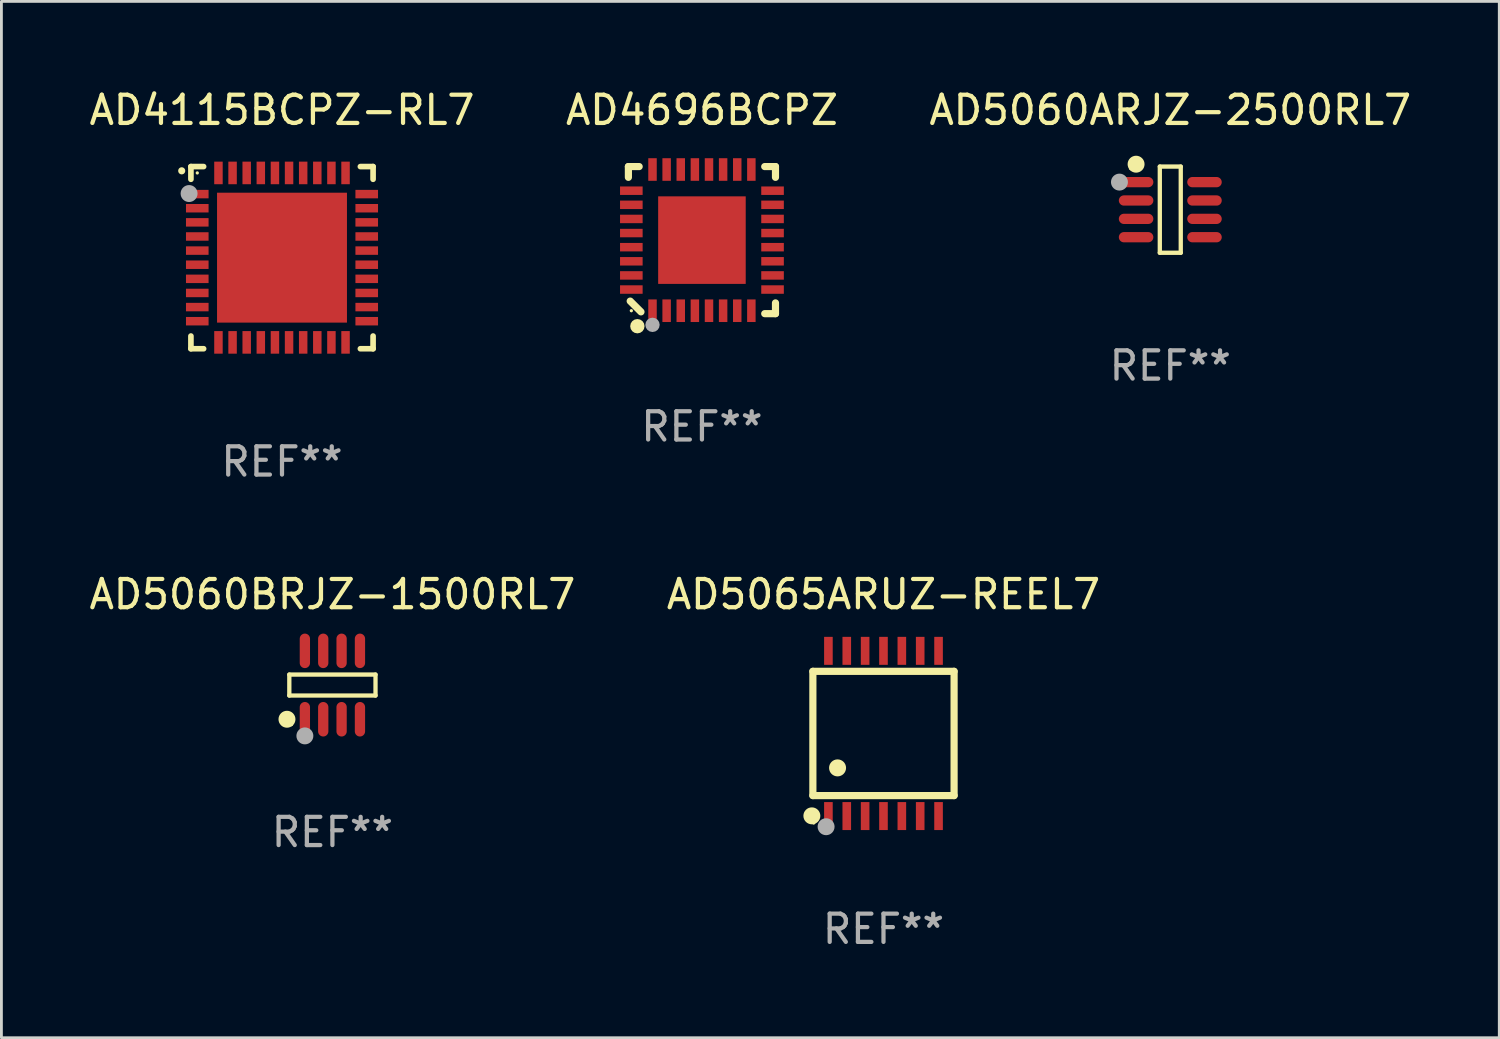
<source format=kicad_pcb>
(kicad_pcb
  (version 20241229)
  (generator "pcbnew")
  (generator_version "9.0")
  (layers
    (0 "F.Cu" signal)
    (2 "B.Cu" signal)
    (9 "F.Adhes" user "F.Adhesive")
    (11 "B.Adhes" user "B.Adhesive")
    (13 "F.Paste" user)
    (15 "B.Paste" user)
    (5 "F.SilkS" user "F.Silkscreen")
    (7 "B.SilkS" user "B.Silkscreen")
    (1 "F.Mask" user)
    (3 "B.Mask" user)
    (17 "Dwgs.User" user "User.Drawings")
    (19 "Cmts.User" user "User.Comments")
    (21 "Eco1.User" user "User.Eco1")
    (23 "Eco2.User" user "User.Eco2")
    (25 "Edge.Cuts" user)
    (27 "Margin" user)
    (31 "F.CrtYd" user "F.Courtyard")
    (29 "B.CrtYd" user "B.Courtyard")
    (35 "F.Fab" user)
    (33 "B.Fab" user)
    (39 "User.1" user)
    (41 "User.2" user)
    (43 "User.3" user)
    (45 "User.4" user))
  (footprint "AD4115BCPZ-RL7"
    (layer "F.Cu")
    (at 6.935 6.073)
    (property "Reference" "AD4115BCPZ-RL7" (at 0 -5.225 0) (layer "F.SilkS") (effects (font (size 1 1) (thickness 0.15))))
    (attr through_hole)
    (fp_line (start -3.225 -3.225) (end -2.775 -3.225) (stroke (width 0.2) (type solid)) (layer "F.SilkS"))
    (fp_line (start -3.225 -2.775) (end -3.225 -3.225) (stroke (width 0.2) (type solid)) (layer "F.SilkS"))
    (fp_line (start -3.225 2.775) (end -3.225 3.225) (stroke (width 0.2) (type solid)) (layer "F.SilkS"))
    (fp_line (start -3.225 3.225) (end -2.775 3.225) (stroke (width 0.2) (type solid)) (layer "F.SilkS"))
    (fp_line (start 2.775 -3.225) (end 3.225 -3.225) (stroke (width 0.2) (type solid)) (layer "F.SilkS"))
    (fp_line (start 2.775 3.225) (end 3.225 3.225) (stroke (width 0.2) (type solid)) (layer "F.SilkS"))
    (fp_line (start 3.225 -3.225) (end 3.225 -2.775) (stroke (width 0.2) (type solid)) (layer "F.SilkS"))
    (fp_line (start 3.225 3.225) (end 3.225 2.775) (stroke (width 0.2) (type solid)) (layer "F.SilkS"))
    (fp_arc (start -3.55094 -3.073406) (mid -3.550946 -3.074676) (end -3.55094 -3.075946) (stroke (width 0.25) (type solid)) (layer "F.SilkS"))
    (fp_circle (center -3 -3) (end -2.97 -3) (stroke (width 0.06) (type solid)) (fill no) (layer "F.SilkS"))
    (fp_circle (center -3.29 -2.27) (end -3.14 -2.27) (stroke (width 0.3) (type solid)) (fill no) (layer "F.Fab"))
    (fp_text user "REF**" (at 0 7.225 0) (layer "F.Fab") (effects (font (size 1 1) (thickness 0.15))))
    (pad "1" smd rect (at -3 -2.25) (size 0.8 0.3) (layers "F.Cu" "F.Mask" "F.Paste"))
    (pad "2" smd rect (at -3 -1.75) (size 0.8 0.3) (layers "F.Cu" "F.Mask" "F.Paste"))
    (pad "3" smd rect (at -3 -1.25) (size 0.8 0.3) (layers "F.Cu" "F.Mask" "F.Paste"))
    (pad "4" smd rect (at -3 -0.75) (size 0.8 0.3) (layers "F.Cu" "F.Mask" "F.Paste"))
    (pad "5" smd rect (at -3 -0.25) (size 0.8 0.3) (layers "F.Cu" "F.Mask" "F.Paste"))
    (pad "6" smd rect (at -3 0.25) (size 0.8 0.3) (layers "F.Cu" "F.Mask" "F.Paste"))
    (pad "7" smd rect (at -3 0.75) (size 0.8 0.3) (layers "F.Cu" "F.Mask" "F.Paste"))
    (pad "8" smd rect (at -3 1.25) (size 0.8 0.3) (layers "F.Cu" "F.Mask" "F.Paste"))
    (pad "9" smd rect (at -3 1.75) (size 0.8 0.3) (layers "F.Cu" "F.Mask" "F.Paste"))
    (pad "10" smd rect (at -3 2.25) (size 0.8 0.3) (layers "F.Cu" "F.Mask" "F.Paste"))
    (pad "11" smd rect (at -2.25 3) (size 0.3 0.8) (layers "F.Cu" "F.Mask" "F.Paste"))
    (pad "12" smd rect (at -1.75 3) (size 0.3 0.8) (layers "F.Cu" "F.Mask" "F.Paste"))
    (pad "13" smd rect (at -1.25 3) (size 0.3 0.8) (layers "F.Cu" "F.Mask" "F.Paste"))
    (pad "14" smd rect (at -0.75 3) (size 0.3 0.8) (layers "F.Cu" "F.Mask" "F.Paste"))
    (pad "15" smd rect (at -0.25 3) (size 0.3 0.8) (layers "F.Cu" "F.Mask" "F.Paste"))
    (pad "16" smd rect (at 0.25 3) (size 0.3 0.8) (layers "F.Cu" "F.Mask" "F.Paste"))
    (pad "17" smd rect (at 0.75 3) (size 0.3 0.8) (layers "F.Cu" "F.Mask" "F.Paste"))
    (pad "18" smd rect (at 1.25 3) (size 0.3 0.8) (layers "F.Cu" "F.Mask" "F.Paste"))
    (pad "19" smd rect (at 1.75 3) (size 0.3 0.8) (layers "F.Cu" "F.Mask" "F.Paste"))
    (pad "20" smd rect (at 2.25 3) (size 0.3 0.8) (layers "F.Cu" "F.Mask" "F.Paste"))
    (pad "21" smd rect (at 3 2.25) (size 0.8 0.3) (layers "F.Cu" "F.Mask" "F.Paste"))
    (pad "22" smd rect (at 3 1.75) (size 0.8 0.3) (layers "F.Cu" "F.Mask" "F.Paste"))
    (pad "23" smd rect (at 3 1.25) (size 0.8 0.3) (layers "F.Cu" "F.Mask" "F.Paste"))
    (pad "24" smd rect (at 3 0.75) (size 0.8 0.3) (layers "F.Cu" "F.Mask" "F.Paste"))
    (pad "25" smd rect (at 3 0.25) (size 0.8 0.3) (layers "F.Cu" "F.Mask" "F.Paste"))
    (pad "26" smd rect (at 3 -0.25) (size 0.8 0.3) (layers "F.Cu" "F.Mask" "F.Paste"))
    (pad "27" smd rect (at 3 -0.75) (size 0.8 0.3) (layers "F.Cu" "F.Mask" "F.Paste"))
    (pad "28" smd rect (at 3 -1.25) (size 0.8 0.3) (layers "F.Cu" "F.Mask" "F.Paste"))
    (pad "29" smd rect (at 3 -1.75) (size 0.8 0.3) (layers "F.Cu" "F.Mask" "F.Paste"))
    (pad "30" smd rect (at 3 -2.25) (size 0.8 0.3) (layers "F.Cu" "F.Mask" "F.Paste"))
    (pad "31" smd rect (at 2.25 -3) (size 0.3 0.8) (layers "F.Cu" "F.Mask" "F.Paste"))
    (pad "32" smd rect (at 1.75 -3) (size 0.3 0.8) (layers "F.Cu" "F.Mask" "F.Paste"))
    (pad "33" smd rect (at 1.25 -3) (size 0.3 0.8) (layers "F.Cu" "F.Mask" "F.Paste"))
    (pad "34" smd rect (at 0.75 -3) (size 0.3 0.8) (layers "F.Cu" "F.Mask" "F.Paste"))
    (pad "35" smd rect (at 0.25 -3) (size 0.3 0.8) (layers "F.Cu" "F.Mask" "F.Paste"))
    (pad "36" smd rect (at -0.25 -3) (size 0.3 0.8) (layers "F.Cu" "F.Mask" "F.Paste"))
    (pad "37" smd rect (at -0.75 -3) (size 0.3 0.8) (layers "F.Cu" "F.Mask" "F.Paste"))
    (pad "38" smd rect (at -1.25 -3) (size 0.3 0.8) (layers "F.Cu" "F.Mask" "F.Paste"))
    (pad "39" smd rect (at -1.75 -3) (size 0.3 0.8) (layers "F.Cu" "F.Mask" "F.Paste"))
    (pad "40" smd rect (at -2.25 -3) (size 0.3 0.8) (layers "F.Cu" "F.Mask" "F.Paste"))
    (pad "41" smd rect (at -0.000013 0) (size 4.6 4.6) (layers "F.Cu" "F.Mask" "F.Paste")))
  (footprint "AD5065ARUZ-REEL7"
    (layer "F.Cu")
    (at 28.232 22.92)
    (property "Reference" "AD5065ARUZ-REEL7" (at 0 -4.925 0) (layer "F.SilkS") (effects (font (size 1 1) (thickness 0.15))))
    (attr through_hole)
    (fp_line (start -2.5 2.2) (end -2.5 -2.2) (stroke (width 0.254) (type solid)) (layer "F.SilkS"))
    (fp_line (start -2.5 2.2) (end 2.5 2.2) (stroke (width 0.254) (type solid)) (layer "F.SilkS"))
    (fp_line (start 2.5 -2.2) (end -2.5 -2.2) (stroke (width 0.254) (type solid)) (layer "F.SilkS"))
    (fp_line (start 2.5 -2.2) (end 2.5 2.2) (stroke (width 0.254) (type solid)) (layer "F.SilkS"))
    (fp_circle (center -2.536 2.917) (end -2.386 2.917) (stroke (width 0.3) (type solid)) (fill no) (layer "F.SilkS"))
    (fp_circle (center -2.47 3.17) (end -2.44 3.17) (stroke (width 0.06) (type solid)) (fill no) (layer "F.SilkS"))
    (fp_circle (center -1.626 1.219) (end -1.475 1.219) (stroke (width 0.3) (type solid)) (fill no) (layer "F.SilkS"))
    (fp_circle (center -2.032 3.302) (end -1.882 3.302) (stroke (width 0.3) (type solid)) (fill no) (layer "F.Fab"))
    (fp_text user "REF**" (at 0 6.925 0) (layer "F.Fab") (effects (font (size 1 1) (thickness 0.15))))
    (pad "1" smd rect (at -1.95 2.925) (size 0.305 0.991) (layers "F.Cu" "F.Mask" "F.Paste"))
    (pad "2" smd rect (at -1.3 2.925) (size 0.305 0.991) (layers "F.Cu" "F.Mask" "F.Paste"))
    (pad "3" smd rect (at -0.65 2.925) (size 0.305 0.991) (layers "F.Cu" "F.Mask" "F.Paste"))
    (pad "4" smd rect (at 0 2.925) (size 0.305 0.991) (layers "F.Cu" "F.Mask" "F.Paste"))
    (pad "5" smd rect (at 0.65 2.925) (size 0.305 0.991) (layers "F.Cu" "F.Mask" "F.Paste"))
    (pad "6" smd rect (at 1.3 2.925) (size 0.305 0.991) (layers "F.Cu" "F.Mask" "F.Paste"))
    (pad "7" smd rect (at 1.95 2.925) (size 0.305 0.991) (layers "F.Cu" "F.Mask" "F.Paste"))
    (pad "8" smd rect (at 1.95 -2.925) (size 0.305 0.991) (layers "F.Cu" "F.Mask" "F.Paste"))
    (pad "9" smd rect (at 1.3 -2.925) (size 0.305 0.991) (layers "F.Cu" "F.Mask" "F.Paste"))
    (pad "10" smd rect (at 0.65 -2.925) (size 0.305 0.991) (layers "F.Cu" "F.Mask" "F.Paste"))
    (pad "11" smd rect (at 0 -2.925) (size 0.305 0.991) (layers "F.Cu" "F.Mask" "F.Paste"))
    (pad "12" smd rect (at -0.65 -2.925) (size 0.305 0.991) (layers "F.Cu" "F.Mask" "F.Paste"))
    (pad "13" smd rect (at -1.3 -2.925) (size 0.305 0.991) (layers "F.Cu" "F.Mask" "F.Paste"))
    (pad "14" smd rect (at -1.95 -2.925) (size 0.305 0.991) (layers "F.Cu" "F.Mask" "F.Paste")))
  (footprint "AD5060ARJZ-2500RL7"
    (layer "F.Cu")
    (at 38.387 4.374)
    (property "Reference" "AD5060ARJZ-2500RL7" (at 0 -3.526 0) (layer "F.SilkS") (effects (font (size 1 1) (thickness 0.15))))
    (attr through_hole)
    (fp_line (start -0.371 -1.526) (end 0.371 -1.526) (stroke (width 0.152) (type solid)) (layer "F.SilkS"))
    (fp_line (start -0.371 1.526) (end -0.371 -1.526) (stroke (width 0.152) (type solid)) (layer "F.SilkS"))
    (fp_line (start 0.371 -1.526) (end 0.371 1.526) (stroke (width 0.152) (type solid)) (layer "F.SilkS"))
    (fp_line (start 0.371 1.526) (end -0.371 1.526) (stroke (width 0.152) (type solid)) (layer "F.SilkS"))
    (fp_circle (center -1.4 -1.451) (end -1.37 -1.451) (stroke (width 0.06) (type solid)) (fill no) (layer "F.SilkS"))
    (fp_circle (center -1.211 -1.61) (end -1.061 -1.61) (stroke (width 0.3) (type solid)) (fill no) (layer "F.SilkS"))
    (fp_circle (center -1.8 -0.976) (end -1.65 -0.976) (stroke (width 0.3) (type solid)) (fill no) (layer "F.Fab"))
    (fp_text user "REF**" (at 0 5.526 0) (layer "F.Fab") (effects (font (size 1 1) (thickness 0.15))))
    (pad "1" smd oval (at -1.211 -0.975 270) (size 0.364 1.222) (layers "F.Cu" "F.Mask" "F.Paste"))
    (pad "2" smd oval (at -1.211 -0.325 270) (size 0.364 1.222) (layers "F.Cu" "F.Mask" "F.Paste"))
    (pad "3" smd oval (at -1.211 0.325 270) (size 0.364 1.222) (layers "F.Cu" "F.Mask" "F.Paste"))
    (pad "4" smd oval (at -1.211 0.975 270) (size 0.364 1.222) (layers "F.Cu" "F.Mask" "F.Paste"))
    (pad "5" smd oval (at 1.211 0.975 270) (size 0.364 1.222) (layers "F.Cu" "F.Mask" "F.Paste"))
    (pad "6" smd oval (at 1.211 0.325 270) (size 0.364 1.222) (layers "F.Cu" "F.Mask" "F.Paste"))
    (pad "7" smd oval (at 1.211 -0.325 270) (size 0.364 1.222) (layers "F.Cu" "F.Mask" "F.Paste"))
    (pad "8" smd oval (at 1.211 -0.975 270) (size 0.364 1.222) (layers "F.Cu" "F.Mask" "F.Paste")))
  (footprint "AD5060BRJZ-1500RL7"
    (layer "F.Cu")
    (at 8.72 21.206)
    (property "Reference" "AD5060BRJZ-1500RL7" (at 0 -3.211 0) (layer "F.SilkS") (effects (font (size 1 1) (thickness 0.15))))
    (attr through_hole)
    (fp_line (start -1.526 -0.371) (end 1.526 -0.371) (stroke (width 0.152) (type solid)) (layer "F.SilkS"))
    (fp_line (start -1.526 0.371) (end -1.526 -0.371) (stroke (width 0.152) (type solid)) (layer "F.SilkS"))
    (fp_line (start 1.526 -0.371) (end 1.526 0.371) (stroke (width 0.152) (type solid)) (layer "F.SilkS"))
    (fp_line (start 1.526 0.371) (end -1.526 0.371) (stroke (width 0.152) (type solid)) (layer "F.SilkS"))
    (fp_circle (center -1.609 1.211) (end -1.459 1.211) (stroke (width 0.3) (type solid)) (fill no) (layer "F.SilkS"))
    (fp_circle (center -1.45 1.4) (end -1.42 1.4) (stroke (width 0.06) (type solid)) (fill no) (layer "F.SilkS"))
    (fp_circle (center -0.975 1.8) (end -0.825 1.8) (stroke (width 0.3) (type solid)) (fill no) (layer "F.Fab"))
    (fp_text user "REF**" (at 0 5.211 0) (layer "F.Fab") (effects (font (size 1 1) (thickness 0.15))))
    (pad "1" smd oval (at -0.975 1.211) (size 0.364 1.222) (layers "F.Cu" "F.Mask" "F.Paste"))
    (pad "2" smd oval (at -0.325 1.211) (size 0.364 1.222) (layers "F.Cu" "F.Mask" "F.Paste"))
    (pad "3" smd oval (at 0.325 1.211) (size 0.364 1.222) (layers "F.Cu" "F.Mask" "F.Paste"))
    (pad "4" smd oval (at 0.975 1.211) (size 0.364 1.222) (layers "F.Cu" "F.Mask" "F.Paste"))
    (pad "5" smd oval (at 0.975 -1.211) (size 0.364 1.222) (layers "F.Cu" "F.Mask" "F.Paste"))
    (pad "6" smd oval (at 0.325 -1.211) (size 0.364 1.222) (layers "F.Cu" "F.Mask" "F.Paste"))
    (pad "7" smd oval (at -0.325 -1.211) (size 0.364 1.222) (layers "F.Cu" "F.Mask" "F.Paste"))
    (pad "8" smd oval (at -0.975 -1.211) (size 0.364 1.222) (layers "F.Cu" "F.Mask" "F.Paste")))
  (footprint "AD4696BCPZ"
    (layer "F.Cu")
    (at 21.804 5.452)
    (property "Reference" "AD4696BCPZ" (at 0 -4.604 0) (layer "F.SilkS") (effects (font (size 1 1) (thickness 0.15))))
    (attr through_hole)
    (fp_line (start -2.604 -2.604) (end -2.604 -2.223) (stroke (width 0.254) (type solid)) (layer "F.SilkS"))
    (fp_line (start -2.54 2.159) (end -2.159 2.54) (stroke (width 0.254) (type solid)) (layer "F.SilkS"))
    (fp_line (start -2.223 -2.604) (end -2.604 -2.604) (stroke (width 0.254) (type solid)) (layer "F.SilkS"))
    (fp_line (start 2.223 2.604) (end 2.604 2.604) (stroke (width 0.254) (type solid)) (layer "F.SilkS"))
    (fp_line (start 2.604 -2.604) (end 2.223 -2.604) (stroke (width 0.254) (type solid)) (layer "F.SilkS"))
    (fp_line (start 2.604 -2.223) (end 2.604 -2.604) (stroke (width 0.254) (type solid)) (layer "F.SilkS"))
    (fp_line (start 2.604 2.604) (end 2.604 2.223) (stroke (width 0.254) (type solid)) (layer "F.SilkS"))
    (fp_circle (center -2.5 2.5) (end -2.47 2.5) (stroke (width 0.06) (type solid)) (fill no) (layer "F.SilkS"))
    (fp_circle (center -2.286 3.048) (end -2.159 3.048) (stroke (width 0.254) (type solid)) (fill no) (layer "F.SilkS"))
    (fp_circle (center -1.75 3) (end -1.623 3) (stroke (width 0.254) (type solid)) (fill no) (layer "F.Fab"))
    (fp_text user "REF**" (at 0 6.604 0) (layer "F.Fab") (effects (font (size 1 1) (thickness 0.15))))
    (pad "1" smd rect (at -1.75 2.5) (size 0.3 0.8) (layers "F.Cu" "F.Mask" "F.Paste"))
    (pad "2" smd rect (at -1.25 2.5) (size 0.3 0.8) (layers "F.Cu" "F.Mask" "F.Paste"))
    (pad "3" smd rect (at -0.75 2.5) (size 0.3 0.8) (layers "F.Cu" "F.Mask" "F.Paste"))
    (pad "4" smd rect (at -0.25 2.5) (size 0.3 0.8) (layers "F.Cu" "F.Mask" "F.Paste"))
    (pad "5" smd rect (at 0.25 2.5) (size 0.3 0.8) (layers "F.Cu" "F.Mask" "F.Paste"))
    (pad "6" smd rect (at 0.75 2.5) (size 0.3 0.8) (layers "F.Cu" "F.Mask" "F.Paste"))
    (pad "7" smd rect (at 1.25 2.5) (size 0.3 0.8) (layers "F.Cu" "F.Mask" "F.Paste"))
    (pad "8" smd rect (at 1.75 2.5) (size 0.3 0.8) (layers "F.Cu" "F.Mask" "F.Paste"))
    (pad "9" smd rect (at 2.5 1.75) (size 0.8 0.3) (layers "F.Cu" "F.Mask" "F.Paste"))
    (pad "10" smd rect (at 2.5 1.25) (size 0.8 0.3) (layers "F.Cu" "F.Mask" "F.Paste"))
    (pad "11" smd rect (at 2.5 0.75) (size 0.8 0.3) (layers "F.Cu" "F.Mask" "F.Paste"))
    (pad "12" smd rect (at 2.5 0.25) (size 0.8 0.3) (layers "F.Cu" "F.Mask" "F.Paste"))
    (pad "13" smd rect (at 2.5 -0.25) (size 0.8 0.3) (layers "F.Cu" "F.Mask" "F.Paste"))
    (pad "14" smd rect (at 2.5 -0.75) (size 0.8 0.3) (layers "F.Cu" "F.Mask" "F.Paste"))
    (pad "15" smd rect (at 2.5 -1.25) (size 0.8 0.3) (layers "F.Cu" "F.Mask" "F.Paste"))
    (pad "16" smd rect (at 2.5 -1.75) (size 0.8 0.3) (layers "F.Cu" "F.Mask" "F.Paste"))
    (pad "17" smd rect (at 1.75 -2.5) (size 0.3 0.8) (layers "F.Cu" "F.Mask" "F.Paste"))
    (pad "18" smd rect (at 1.25 -2.5) (size 0.3 0.8) (layers "F.Cu" "F.Mask" "F.Paste"))
    (pad "19" smd rect (at 0.75 -2.5) (size 0.3 0.8) (layers "F.Cu" "F.Mask" "F.Paste"))
    (pad "20" smd rect (at 0.25 -2.5) (size 0.3 0.8) (layers "F.Cu" "F.Mask" "F.Paste"))
    (pad "21" smd rect (at -0.25 -2.5) (size 0.3 0.8) (layers "F.Cu" "F.Mask" "F.Paste"))
    (pad "22" smd rect (at -0.75 -2.5) (size 0.3 0.8) (layers "F.Cu" "F.Mask" "F.Paste"))
    (pad "23" smd rect (at -1.25 -2.5) (size 0.3 0.8) (layers "F.Cu" "F.Mask" "F.Paste"))
    (pad "24" smd rect (at -1.75 -2.5) (size 0.3 0.8) (layers "F.Cu" "F.Mask" "F.Paste"))
    (pad "25" smd rect (at -2.5 -1.75) (size 0.8 0.3) (layers "F.Cu" "F.Mask" "F.Paste"))
    (pad "26" smd rect (at -2.5 -1.25) (size 0.8 0.3) (layers "F.Cu" "F.Mask" "F.Paste"))
    (pad "27" smd rect (at -2.5 -0.75) (size 0.8 0.3) (layers "F.Cu" "F.Mask" "F.Paste"))
    (pad "28" smd rect (at -2.5 -0.25) (size 0.8 0.3) (layers "F.Cu" "F.Mask" "F.Paste"))
    (pad "29" smd rect (at -2.5 0.25) (size 0.8 0.3) (layers "F.Cu" "F.Mask" "F.Paste"))
    (pad "30" smd rect (at -2.5 0.75) (size 0.8 0.3) (layers "F.Cu" "F.Mask" "F.Paste"))
    (pad "31" smd rect (at -2.5 1.25) (size 0.8 0.3) (layers "F.Cu" "F.Mask" "F.Paste"))
    (pad "32" smd rect (at -2.5 1.75) (size 0.8 0.3) (layers "F.Cu" "F.Mask" "F.Paste"))
    (pad "33" smd rect (at 0 -0.000025) (size 3.1 3.1) (layers "F.Cu" "F.Mask" "F.Paste")))
  (gr_rect
    (start -3 -3)
    (end 50.036 33.693)
    (stroke (width 0.1) (type default))
    (fill no)
    (layer "Edge.Cuts")))
</source>
